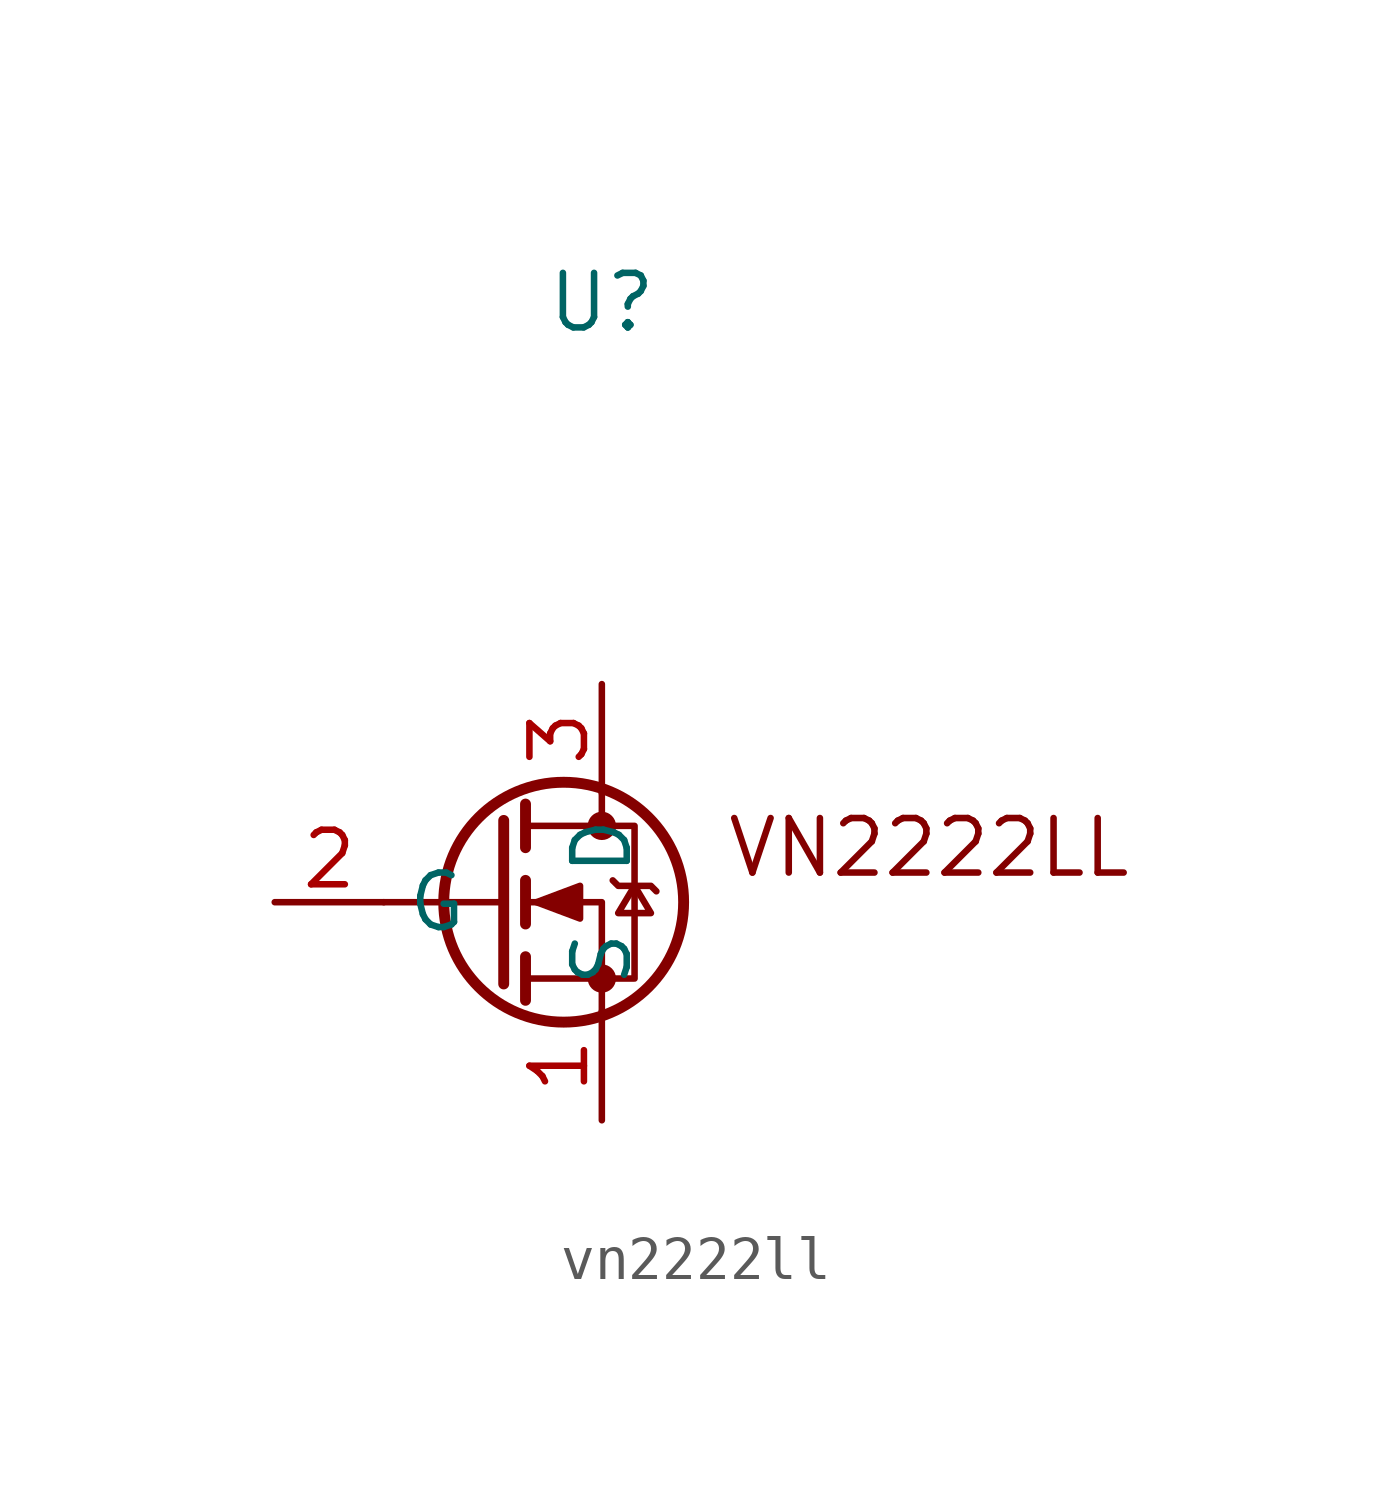
<source format=kicad_sym>
(kicad_symbol_lib
  (version 20220914)
  (generator kicad_symbol_editor)
  (symbol "vn2222ll"
    (property "Reference" "U"
      (at 0 13.97 0)
      (effects (font (size 1.27 1.27))))
    (property "Value" ""
      (at 0 13.97 0)
      (effects (font (size 1.27 1.27))))
    (symbol "vn2222ll_0_1"
      (circle (center -0.889 0) (radius 2.794) (stroke (width 0.254) (type default)) (fill (type none)))
      (circle (center 0 -1.778) (radius 0.254) (stroke (width 0) (type default)) (fill (type outline)))
      (polyline (pts (xy -2.286 0) (xy -5.08 0)) (stroke (width 0) (type default)) (fill (type none)))
      (polyline (pts (xy -2.286 1.905) (xy -2.286 -1.905)) (stroke (width 0.254) (type default)) (fill (type none)))
      (polyline (pts (xy -1.778 -1.27) (xy -1.778 -2.286)) (stroke (width 0.254) (type default)) (fill (type none)))
      (polyline (pts (xy -1.778 0.508) (xy -1.778 -0.508)) (stroke (width 0.254) (type default)) (fill (type none)))
      (polyline (pts (xy -1.778 2.286) (xy -1.778 1.27)) (stroke (width 0.254) (type default)) (fill (type none)))
      (polyline (pts (xy 0 2.54) (xy 0 1.778)) (stroke (width 0) (type default)) (fill (type none)))
      (polyline (pts (xy 0 -2.54) (xy 0 0) (xy -1.778 0)) (stroke (width 0) (type default)) (fill (type none)))
      (polyline (pts (xy -1.778 -1.778) (xy 0.762 -1.778) (xy 0.762 1.778) (xy -1.778 1.778)) (stroke (width 0) (type default)) (fill (type none)))
      (polyline (pts (xy -1.524 0) (xy -0.508 0.381) (xy -0.508 -0.381) (xy -1.524 0)) (stroke (width 0) (type default)) (fill (type outline)))
      (polyline (pts (xy 0.254 0.508) (xy 0.381 0.381) (xy 1.143 0.381) (xy 1.27 0.254)) (stroke (width 0) (type default)) (fill (type none)))
      (polyline (pts (xy 0.762 0.381) (xy 0.381 -0.254) (xy 1.143 -0.254) (xy 0.762 0.381)) (stroke (width 0) (type default)) (fill (type none)))
      (circle (center 0 1.778) (radius 0.254) (stroke (width 0) (type default)) (fill (type outline))))
    (symbol "vn2222ll_1_1"
      (text "VN2222LL" (at 7.62 1.27 0) (effects (font (size 1.27 1.27))))
      (pin passive line (at 0 -5.08 90) (length 2.54) (name "S" (effects (font (size 1.27 1.27)))) (number "1" (effects (font (size 1.27 1.27)))))
      (pin input line (at -7.62 0 0) (length 2.54) (name "G" (effects (font (size 1.27 1.27)))) (number "2" (effects (font (size 1.27 1.27)))))
      (pin passive line (at 0 5.08 270) (length 2.54) (name "D" (effects (font (size 1.27 1.27)))) (number "3" (effects (font (size 1.27 1.27))))))))
</source>
